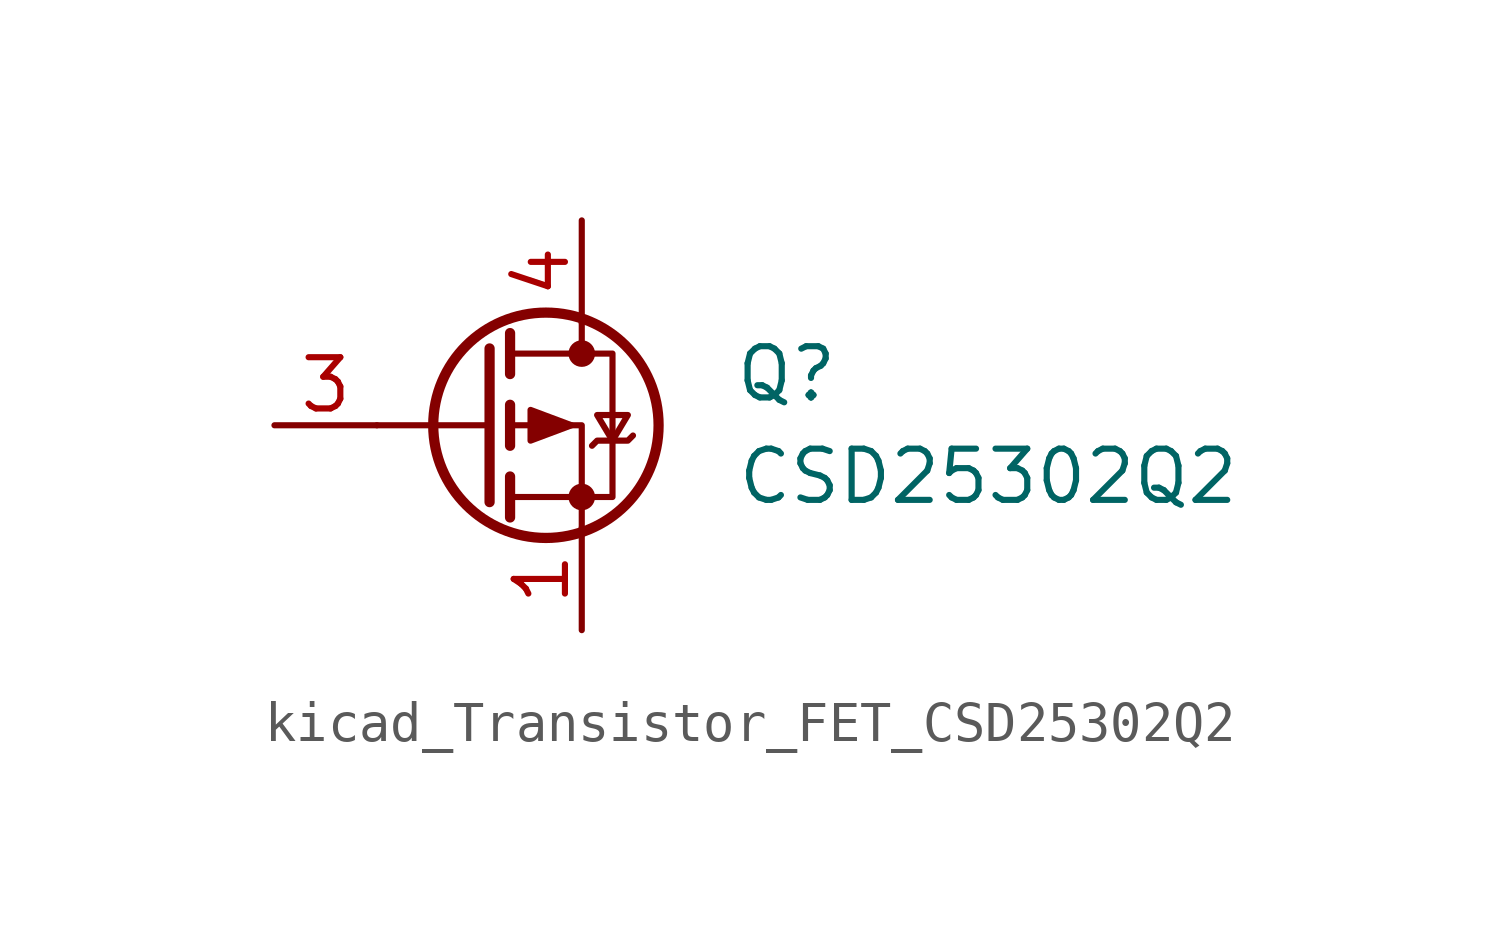
<source format=kicad_sym>
(kicad_symbol_lib
  (version 20220914)
  (generator kicad_symbol_editor)
  (symbol "kicad_Transistor_FET_CSD25302Q2"
    (pin_names hide)
    (property "Reference" "Q"
      (at 5.08 1.27 0)
      (effects (font (size 1.27 1.27))))
    (property "Value" "CSD25302Q2"
      (at 3.81 -1.27 0)
      (effects (font (size 1.27 1.27)) (justify left)))
    (symbol "kicad_Transistor_FET_CSD25302Q2_0_1"
      (circle (center -0.889 0) (radius 2.794) (stroke (width 0.254) (type default)) (fill (type none)))
      (circle (center 0 -1.778) (radius 0.254) (stroke (width 0) (type default)) (fill (type outline)))
      (polyline (pts (xy -2.286 0) (xy -5.08 0)) (stroke (width 0) (type default)) (fill (type none)))
      (polyline (pts (xy -2.286 1.905) (xy -2.286 -1.905)) (stroke (width 0.254) (type default)) (fill (type none)))
      (polyline (pts (xy -1.778 -1.27) (xy -1.778 -2.286)) (stroke (width 0.254) (type default)) (fill (type none)))
      (polyline (pts (xy -1.778 0.508) (xy -1.778 -0.508)) (stroke (width 0.254) (type default)) (fill (type none)))
      (polyline (pts (xy -1.778 2.286) (xy -1.778 1.27)) (stroke (width 0.254) (type default)) (fill (type none)))
      (polyline (pts (xy 0 2.54) (xy 0 1.778)) (stroke (width 0) (type default)) (fill (type none)))
      (polyline (pts (xy 0 -2.54) (xy 0 0) (xy -1.778 0)) (stroke (width 0) (type default)) (fill (type none)))
      (polyline (pts (xy -1.778 1.778) (xy 0.762 1.778) (xy 0.762 -1.778) (xy -1.778 -1.778)) (stroke (width 0) (type default)) (fill (type none)))
      (polyline (pts (xy -0.254 0) (xy -1.27 0.381) (xy -1.27 -0.381) (xy -0.254 0)) (stroke (width 0) (type default)) (fill (type outline)))
      (polyline (pts (xy 0.254 -0.508) (xy 0.381 -0.381) (xy 1.143 -0.381) (xy 1.27 -0.254)) (stroke (width 0) (type default)) (fill (type none)))
      (polyline (pts (xy 0.762 -0.381) (xy 0.381 0.254) (xy 1.143 0.254) (xy 0.762 -0.381)) (stroke (width 0) (type default)) (fill (type none)))
      (circle (center 0 1.778) (radius 0.254) (stroke (width 0) (type default)) (fill (type outline))))
    (symbol "kicad_Transistor_FET_CSD25302Q2_1_1"
      (pin passive line (at 0 -5.08 90) (length 2.54) (name "S" (effects (font (size 1.27 1.27)))) (number "1" (effects (font (size 1.27 1.27)))))
      (pin passive line (at 0 -5.08 90) (length 2.54) hide (name "S" (effects (font (size 1.27 1.27)))) (number "2" (effects (font (size 1.27 1.27)))))
      (pin passive line (at -7.62 0 0) (length 2.54) (name "G" (effects (font (size 1.27 1.27)))) (number "3" (effects (font (size 1.27 1.27)))))
      (pin passive line (at 0 5.08 270) (length 2.54) (name "D" (effects (font (size 1.27 1.27)))) (number "4" (effects (font (size 1.27 1.27)))))
      (pin passive line (at 0 -5.08 90) (length 2.54) hide (name "S" (effects (font (size 1.27 1.27)))) (number "5" (effects (font (size 1.27 1.27)))))
      (pin passive line (at 0 -5.08 90) (length 2.54) hide (name "S" (effects (font (size 1.27 1.27)))) (number "6" (effects (font (size 1.27 1.27)))))
      (pin passive line (at 0 5.08 270) (length 2.54) hide (name "D" (effects (font (size 1.27 1.27)))) (number "7" (effects (font (size 1.27 1.27)))))
      (pin passive line (at 0 -5.08 90) (length 2.54) hide (name "S" (effects (font (size 1.27 1.27)))) (number "8" (effects (font (size 1.27 1.27))))))))
</source>
